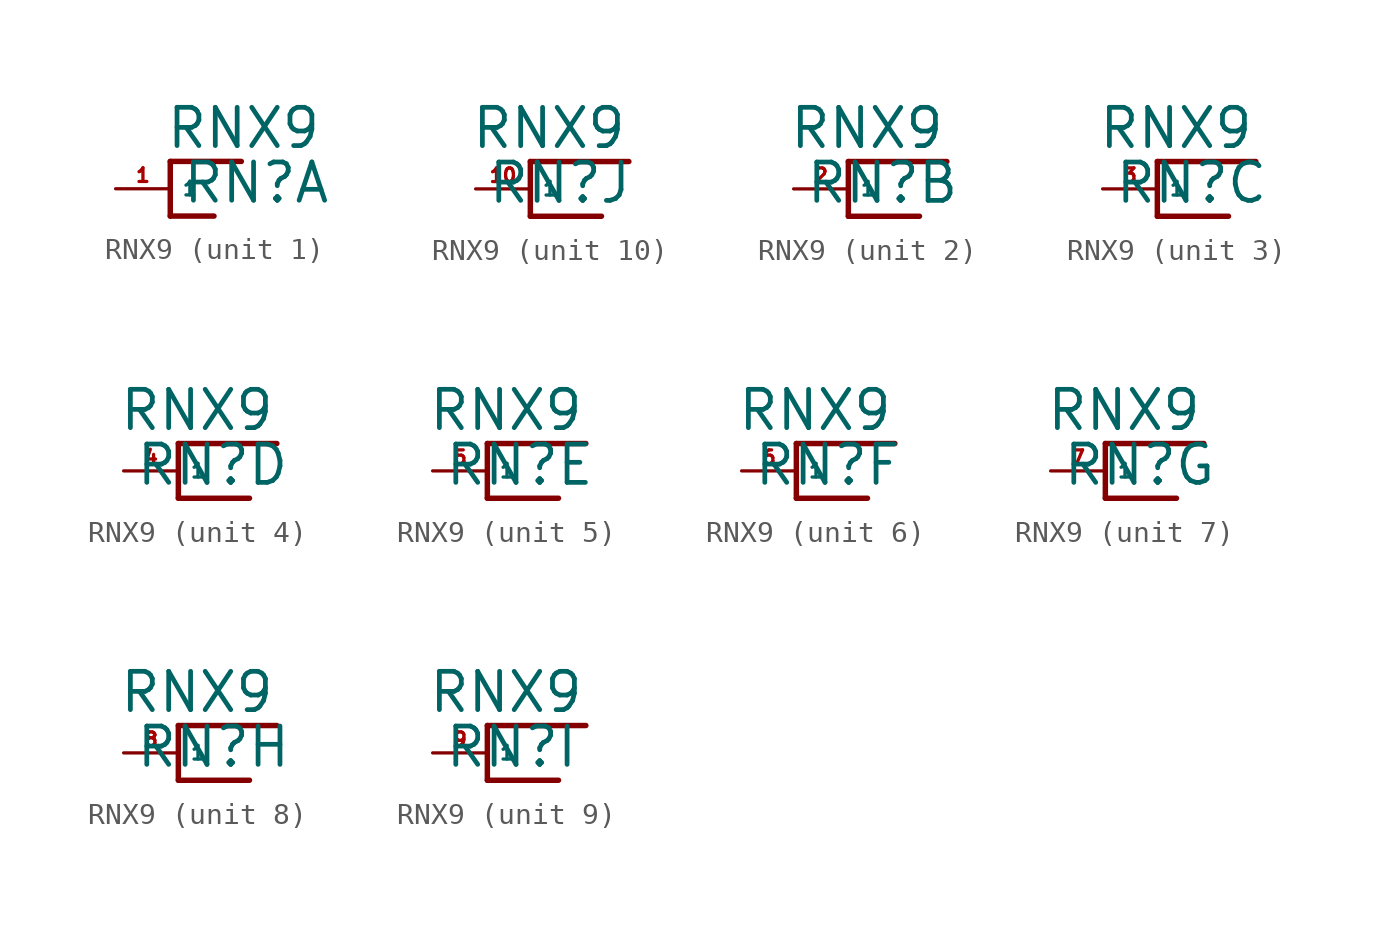
<source format=kicad_sym>
(kicad_symbol_lib
  (version 20220914)
  (generator Eagle2Kicad)
  (symbol "RNX9"
    (property "Reference" "RN"
      (at -2.032 -0.762 0)
      (effects (font (size 1.778 1.778) (thickness 0.22)) (justify left bottom)))
    (property "Value" "RNX9"
      (at -2.794 1.778 0)
      (effects (font (size 1.778 1.778) (thickness 0.22)) (justify left bottom)))
    (symbol "RNX9_1_0"
      (polyline (pts (xy -2.54 1.27) (xy -2.54 -1.27)) (stroke (width 0.254) (type default)) (fill (type none)))
      (polyline (pts (xy -2.54 -1.27) (xy -0.508 -1.27)) (stroke (width 0.254) (type default)) (fill (type none)))
      (polyline (pts (xy 0.762 1.27) (xy -2.54 1.27)) (stroke (width 0.254) (type default)) (fill (type none)))
      (pin passive line (at -5.08 0 0) (length 2.54) (name "1" (effects (font (size 0.635 0.635) (thickness 0.08)) (justify left bottom))) (number "1" (effects (font (size 0.635 0.635) (thickness 0.08)) (justify left bottom)))))
    (symbol "RNX9_2_0"
      (polyline (pts (xy 0 1.27) (xy 0 -1.27)) (stroke (width 0.254) (type default)) (fill (type none)))
      (polyline (pts (xy 0 -1.27) (xy 3.302 -1.27)) (stroke (width 0.254) (type default)) (fill (type none)))
      (polyline (pts (xy 4.572 1.27) (xy 0 1.27)) (stroke (width 0.254) (type default)) (fill (type none)))
      (pin passive line (at -2.54 0 0) (length 2.54) (name "1" (effects (font (size 0.635 0.635) (thickness 0.08)) (justify left bottom))) (number "2" (effects (font (size 0.635 0.635) (thickness 0.08)) (justify left bottom)))))
    (symbol "RNX9_3_0"
      (polyline (pts (xy 0 1.27) (xy 0 -1.27)) (stroke (width 0.254) (type default)) (fill (type none)))
      (polyline (pts (xy 0 -1.27) (xy 3.302 -1.27)) (stroke (width 0.254) (type default)) (fill (type none)))
      (polyline (pts (xy 4.572 1.27) (xy 0 1.27)) (stroke (width 0.254) (type default)) (fill (type none)))
      (pin passive line (at -2.54 0 0) (length 2.54) (name "1" (effects (font (size 0.635 0.635) (thickness 0.08)) (justify left bottom))) (number "3" (effects (font (size 0.635 0.635) (thickness 0.08)) (justify left bottom)))))
    (symbol "RNX9_4_0"
      (polyline (pts (xy 0 1.27) (xy 0 -1.27)) (stroke (width 0.254) (type default)) (fill (type none)))
      (polyline (pts (xy 0 -1.27) (xy 3.302 -1.27)) (stroke (width 0.254) (type default)) (fill (type none)))
      (polyline (pts (xy 4.572 1.27) (xy 0 1.27)) (stroke (width 0.254) (type default)) (fill (type none)))
      (pin passive line (at -2.54 0 0) (length 2.54) (name "1" (effects (font (size 0.635 0.635) (thickness 0.08)) (justify left bottom))) (number "4" (effects (font (size 0.635 0.635) (thickness 0.08)) (justify left bottom)))))
    (symbol "RNX9_5_0"
      (polyline (pts (xy 0 1.27) (xy 0 -1.27)) (stroke (width 0.254) (type default)) (fill (type none)))
      (polyline (pts (xy 0 -1.27) (xy 3.302 -1.27)) (stroke (width 0.254) (type default)) (fill (type none)))
      (polyline (pts (xy 4.572 1.27) (xy 0 1.27)) (stroke (width 0.254) (type default)) (fill (type none)))
      (pin passive line (at -2.54 0 0) (length 2.54) (name "1" (effects (font (size 0.635 0.635) (thickness 0.08)) (justify left bottom))) (number "5" (effects (font (size 0.635 0.635) (thickness 0.08)) (justify left bottom)))))
    (symbol "RNX9_6_0"
      (polyline (pts (xy 0 1.27) (xy 0 -1.27)) (stroke (width 0.254) (type default)) (fill (type none)))
      (polyline (pts (xy 0 -1.27) (xy 3.302 -1.27)) (stroke (width 0.254) (type default)) (fill (type none)))
      (polyline (pts (xy 4.572 1.27) (xy 0 1.27)) (stroke (width 0.254) (type default)) (fill (type none)))
      (pin passive line (at -2.54 0 0) (length 2.54) (name "1" (effects (font (size 0.635 0.635) (thickness 0.08)) (justify left bottom))) (number "6" (effects (font (size 0.635 0.635) (thickness 0.08)) (justify left bottom)))))
    (symbol "RNX9_7_0"
      (polyline (pts (xy 0 1.27) (xy 0 -1.27)) (stroke (width 0.254) (type default)) (fill (type none)))
      (polyline (pts (xy 0 -1.27) (xy 3.302 -1.27)) (stroke (width 0.254) (type default)) (fill (type none)))
      (polyline (pts (xy 4.572 1.27) (xy 0 1.27)) (stroke (width 0.254) (type default)) (fill (type none)))
      (pin passive line (at -2.54 0 0) (length 2.54) (name "1" (effects (font (size 0.635 0.635) (thickness 0.08)) (justify left bottom))) (number "7" (effects (font (size 0.635 0.635) (thickness 0.08)) (justify left bottom)))))
    (symbol "RNX9_8_0"
      (polyline (pts (xy 0 1.27) (xy 0 -1.27)) (stroke (width 0.254) (type default)) (fill (type none)))
      (polyline (pts (xy 0 -1.27) (xy 3.302 -1.27)) (stroke (width 0.254) (type default)) (fill (type none)))
      (polyline (pts (xy 4.572 1.27) (xy 0 1.27)) (stroke (width 0.254) (type default)) (fill (type none)))
      (pin passive line (at -2.54 0 0) (length 2.54) (name "1" (effects (font (size 0.635 0.635) (thickness 0.08)) (justify left bottom))) (number "8" (effects (font (size 0.635 0.635) (thickness 0.08)) (justify left bottom)))))
    (symbol "RNX9_9_0"
      (polyline (pts (xy 0 1.27) (xy 0 -1.27)) (stroke (width 0.254) (type default)) (fill (type none)))
      (polyline (pts (xy 0 -1.27) (xy 3.302 -1.27)) (stroke (width 0.254) (type default)) (fill (type none)))
      (polyline (pts (xy 4.572 1.27) (xy 0 1.27)) (stroke (width 0.254) (type default)) (fill (type none)))
      (pin passive line (at -2.54 0 0) (length 2.54) (name "1" (effects (font (size 0.635 0.635) (thickness 0.08)) (justify left bottom))) (number "9" (effects (font (size 0.635 0.635) (thickness 0.08)) (justify left bottom)))))
    (symbol "RNX9_10_0"
      (polyline (pts (xy 0 1.27) (xy 0 -1.27)) (stroke (width 0.254) (type default)) (fill (type none)))
      (polyline (pts (xy 0 -1.27) (xy 3.302 -1.27)) (stroke (width 0.254) (type default)) (fill (type none)))
      (polyline (pts (xy 4.572 1.27) (xy 0 1.27)) (stroke (width 0.254) (type default)) (fill (type none)))
      (pin passive line (at -2.54 0 0) (length 2.54) (name "1" (effects (font (size 0.635 0.635) (thickness 0.08)) (justify left bottom))) (number "10" (effects (font (size 0.635 0.635) (thickness 0.08)) (justify left bottom)))))))
</source>
